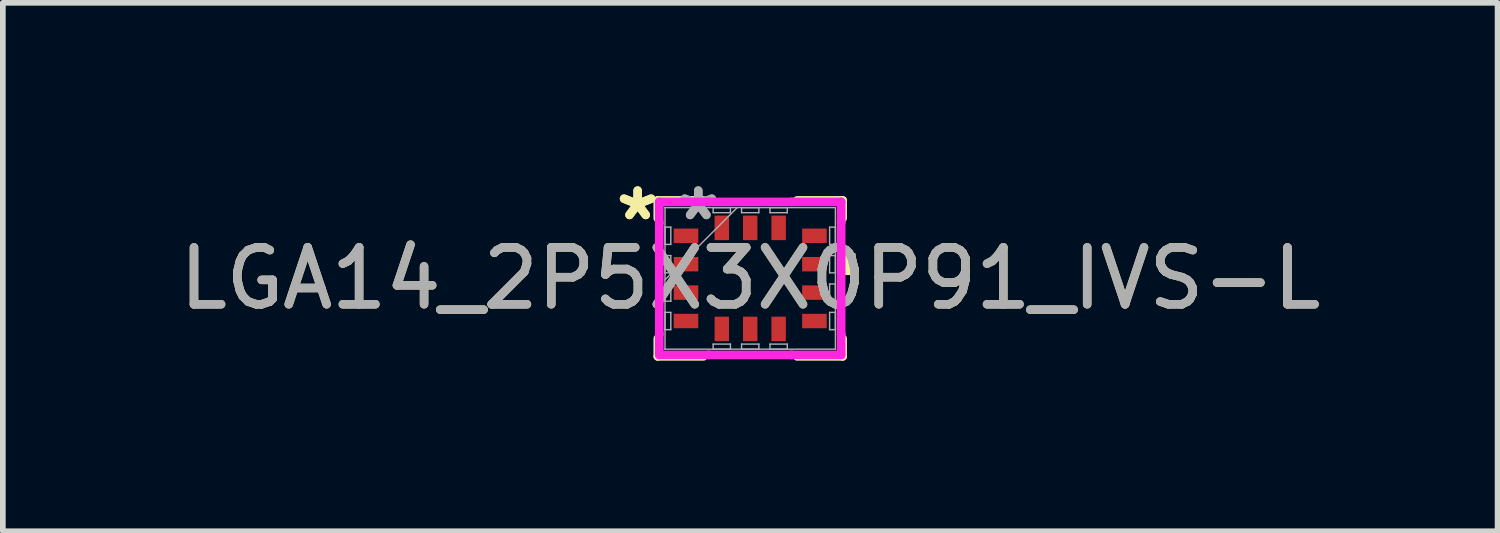
<source format=kicad_pcb>
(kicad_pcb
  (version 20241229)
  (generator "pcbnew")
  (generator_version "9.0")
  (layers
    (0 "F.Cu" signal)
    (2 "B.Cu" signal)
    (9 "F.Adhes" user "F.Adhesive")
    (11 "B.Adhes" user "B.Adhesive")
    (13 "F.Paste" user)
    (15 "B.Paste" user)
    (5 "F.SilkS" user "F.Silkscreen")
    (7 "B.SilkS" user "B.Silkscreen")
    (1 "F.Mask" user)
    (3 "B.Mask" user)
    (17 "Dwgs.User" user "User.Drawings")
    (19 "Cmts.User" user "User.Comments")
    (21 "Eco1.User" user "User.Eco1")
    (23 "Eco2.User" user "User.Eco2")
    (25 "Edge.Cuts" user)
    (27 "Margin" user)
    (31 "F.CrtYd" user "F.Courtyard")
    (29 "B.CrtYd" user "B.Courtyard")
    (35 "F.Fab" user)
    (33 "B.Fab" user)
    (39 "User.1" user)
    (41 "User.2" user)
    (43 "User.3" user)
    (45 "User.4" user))
  (footprint "LGA14_2P5X3X0P91_IVS-L"
    (layer "F.Cu")
    (at 10.149 1.848)
    (property "Reference" "LGA14_2P5X3X0P91_IVS-L" (at 0 0 0) (unlocked yes) (layer "F.SilkS") (effects (font (size 1 1) (thickness 0.15))))
    (attr smd)
    (fp_line (start -1.626 -1.372) (end -1.626 -1.058) (stroke (width 0.152) (type solid)) (layer "F.SilkS"))
    (fp_line (start -1.626 1.058) (end -1.626 1.372) (stroke (width 0.152) (type solid)) (layer "F.SilkS"))
    (fp_line (start -1.626 1.372) (end -0.826 1.372) (stroke (width 0.152) (type solid)) (layer "F.SilkS"))
    (fp_line (start -0.826 -1.372) (end -1.626 -1.372) (stroke (width 0.152) (type solid)) (layer "F.SilkS"))
    (fp_line (start 0.826 1.372) (end 1.626 1.372) (stroke (width 0.152) (type solid)) (layer "F.SilkS"))
    (fp_line (start 1.626 -1.372) (end 0.826 -1.372) (stroke (width 0.152) (type solid)) (layer "F.SilkS"))
    (fp_line (start 1.626 -1.058) (end 1.626 -1.372) (stroke (width 0.152) (type solid)) (layer "F.SilkS"))
    (fp_line (start 1.626 1.372) (end 1.626 1.058) (stroke (width 0.152) (type solid)) (layer "F.SilkS"))
    (fp_poly (pts (xy 1.854 -0.441) (xy 1.854 -0.059) (xy 1.6 -0.059) (xy 1.6 -0.441)) (stroke (width 0) (type solid)) (fill yes) (layer "F.SilkS"))
    (fp_line (start -1.6 -1.346) (end -0.729 -1.346) (stroke (width 0.152) (type solid)) (layer "F.CrtYd"))
    (fp_line (start -1.6 -0.979) (end -1.6 -1.346) (stroke (width 0.152) (type solid)) (layer "F.CrtYd"))
    (fp_line (start -1.6 -0.979) (end -1.6 -0.979) (stroke (width 0.152) (type solid)) (layer "F.CrtYd"))
    (fp_line (start -1.6 0.979) (end -1.6 -0.979) (stroke (width 0.152) (type solid)) (layer "F.CrtYd"))
    (fp_line (start -1.6 0.979) (end -1.6 0.979) (stroke (width 0.152) (type solid)) (layer "F.CrtYd"))
    (fp_line (start -1.6 1.346) (end -1.6 0.979) (stroke (width 0.152) (type solid)) (layer "F.CrtYd"))
    (fp_line (start -0.729 -1.346) (end -0.729 -1.346) (stroke (width 0.152) (type solid)) (layer "F.CrtYd"))
    (fp_line (start -0.729 -1.346) (end 0.729 -1.346) (stroke (width 0.152) (type solid)) (layer "F.CrtYd"))
    (fp_line (start -0.729 1.346) (end -1.6 1.346) (stroke (width 0.152) (type solid)) (layer "F.CrtYd"))
    (fp_line (start -0.729 1.346) (end -0.729 1.346) (stroke (width 0.152) (type solid)) (layer "F.CrtYd"))
    (fp_line (start 0.729 -1.346) (end 0.729 -1.346) (stroke (width 0.152) (type solid)) (layer "F.CrtYd"))
    (fp_line (start 0.729 -1.346) (end 1.6 -1.346) (stroke (width 0.152) (type solid)) (layer "F.CrtYd"))
    (fp_line (start 0.729 1.346) (end -0.729 1.346) (stroke (width 0.152) (type solid)) (layer "F.CrtYd"))
    (fp_line (start 0.729 1.346) (end 0.729 1.346) (stroke (width 0.152) (type solid)) (layer "F.CrtYd"))
    (fp_line (start 1.6 -1.346) (end 1.6 -0.979) (stroke (width 0.152) (type solid)) (layer "F.CrtYd"))
    (fp_line (start 1.6 -0.979) (end 1.6 -0.979) (stroke (width 0.152) (type solid)) (layer "F.CrtYd"))
    (fp_line (start 1.6 -0.979) (end 1.6 0.979) (stroke (width 0.152) (type solid)) (layer "F.CrtYd"))
    (fp_line (start 1.6 0.979) (end 1.6 0.979) (stroke (width 0.152) (type solid)) (layer "F.CrtYd"))
    (fp_line (start 1.6 0.979) (end 1.6 1.346) (stroke (width 0.152) (type solid)) (layer "F.CrtYd"))
    (fp_line (start 1.6 1.346) (end 0.729 1.346) (stroke (width 0.152) (type solid)) (layer "F.CrtYd"))
    (fp_line (start -1.499 -1.245) (end -1.499 -1.245) (stroke (width 0.025) (type solid)) (layer "F.Fab"))
    (fp_line (start -1.499 -1.245) (end -1.499 1.245) (stroke (width 0.025) (type solid)) (layer "F.Fab"))
    (fp_line (start -1.499 -0.902) (end -1.397 -0.902) (stroke (width 0.025) (type solid)) (layer "F.Fab"))
    (fp_line (start -1.499 -0.598) (end -1.499 -0.902) (stroke (width 0.025) (type solid)) (layer "F.Fab"))
    (fp_line (start -1.499 -0.402) (end -1.397 -0.402) (stroke (width 0.025) (type solid)) (layer "F.Fab"))
    (fp_line (start -1.499 -0.098) (end -1.499 -0.402) (stroke (width 0.025) (type solid)) (layer "F.Fab"))
    (fp_line (start -1.499 0.025) (end -0.229 -1.245) (stroke (width 0.025) (type solid)) (layer "F.Fab"))
    (fp_line (start -1.499 0.098) (end -1.397 0.098) (stroke (width 0.025) (type solid)) (layer "F.Fab"))
    (fp_line (start -1.499 0.402) (end -1.499 0.098) (stroke (width 0.025) (type solid)) (layer "F.Fab"))
    (fp_line (start -1.499 0.598) (end -1.397 0.598) (stroke (width 0.025) (type solid)) (layer "F.Fab"))
    (fp_line (start -1.499 0.902) (end -1.499 0.598) (stroke (width 0.025) (type solid)) (layer "F.Fab"))
    (fp_line (start -1.499 1.245) (end -1.499 1.245) (stroke (width 0.025) (type solid)) (layer "F.Fab"))
    (fp_line (start -1.499 1.245) (end 1.499 1.245) (stroke (width 0.025) (type solid)) (layer "F.Fab"))
    (fp_line (start -1.397 -0.902) (end -1.397 -0.598) (stroke (width 0.025) (type solid)) (layer "F.Fab"))
    (fp_line (start -1.397 -0.598) (end -1.499 -0.598) (stroke (width 0.025) (type solid)) (layer "F.Fab"))
    (fp_line (start -1.397 -0.402) (end -1.397 -0.098) (stroke (width 0.025) (type solid)) (layer "F.Fab"))
    (fp_line (start -1.397 -0.098) (end -1.499 -0.098) (stroke (width 0.025) (type solid)) (layer "F.Fab"))
    (fp_line (start -1.397 0.098) (end -1.397 0.402) (stroke (width 0.025) (type solid)) (layer "F.Fab"))
    (fp_line (start -1.397 0.402) (end -1.499 0.402) (stroke (width 0.025) (type solid)) (layer "F.Fab"))
    (fp_line (start -1.397 0.598) (end -1.397 0.902) (stroke (width 0.025) (type solid)) (layer "F.Fab"))
    (fp_line (start -1.397 0.902) (end -1.499 0.902) (stroke (width 0.025) (type solid)) (layer "F.Fab"))
    (fp_line (start -0.652 -1.245) (end -0.348 -1.245) (stroke (width 0.025) (type solid)) (layer "F.Fab"))
    (fp_line (start -0.652 -1.156) (end -0.652 -1.245) (stroke (width 0.025) (type solid)) (layer "F.Fab"))
    (fp_line (start -0.652 1.156) (end -0.348 1.156) (stroke (width 0.025) (type solid)) (layer "F.Fab"))
    (fp_line (start -0.652 1.245) (end -0.652 1.156) (stroke (width 0.025) (type solid)) (layer "F.Fab"))
    (fp_line (start -0.348 -1.245) (end -0.348 -1.156) (stroke (width 0.025) (type solid)) (layer "F.Fab"))
    (fp_line (start -0.348 -1.156) (end -0.652 -1.156) (stroke (width 0.025) (type solid)) (layer "F.Fab"))
    (fp_line (start -0.348 1.156) (end -0.348 1.245) (stroke (width 0.025) (type solid)) (layer "F.Fab"))
    (fp_line (start -0.348 1.245) (end -0.652 1.245) (stroke (width 0.025) (type solid)) (layer "F.Fab"))
    (fp_line (start -0.152 -1.245) (end 0.152 -1.245) (stroke (width 0.025) (type solid)) (layer "F.Fab"))
    (fp_line (start -0.152 -1.156) (end -0.152 -1.245) (stroke (width 0.025) (type solid)) (layer "F.Fab"))
    (fp_line (start -0.152 1.156) (end 0.152 1.156) (stroke (width 0.025) (type solid)) (layer "F.Fab"))
    (fp_line (start -0.152 1.245) (end -0.152 1.156) (stroke (width 0.025) (type solid)) (layer "F.Fab"))
    (fp_line (start 0.152 -1.245) (end 0.152 -1.156) (stroke (width 0.025) (type solid)) (layer "F.Fab"))
    (fp_line (start 0.152 -1.156) (end -0.152 -1.156) (stroke (width 0.025) (type solid)) (layer "F.Fab"))
    (fp_line (start 0.152 1.156) (end 0.152 1.245) (stroke (width 0.025) (type solid)) (layer "F.Fab"))
    (fp_line (start 0.152 1.245) (end -0.152 1.245) (stroke (width 0.025) (type solid)) (layer "F.Fab"))
    (fp_line (start 0.348 -1.245) (end 0.652 -1.245) (stroke (width 0.025) (type solid)) (layer "F.Fab"))
    (fp_line (start 0.348 -1.156) (end 0.348 -1.245) (stroke (width 0.025) (type solid)) (layer "F.Fab"))
    (fp_line (start 0.348 1.156) (end 0.652 1.156) (stroke (width 0.025) (type solid)) (layer "F.Fab"))
    (fp_line (start 0.348 1.245) (end 0.348 1.156) (stroke (width 0.025) (type solid)) (layer "F.Fab"))
    (fp_line (start 0.652 -1.245) (end 0.652 -1.156) (stroke (width 0.025) (type solid)) (layer "F.Fab"))
    (fp_line (start 0.652 -1.156) (end 0.348 -1.156) (stroke (width 0.025) (type solid)) (layer "F.Fab"))
    (fp_line (start 0.652 1.156) (end 0.652 1.245) (stroke (width 0.025) (type solid)) (layer "F.Fab"))
    (fp_line (start 0.652 1.245) (end 0.348 1.245) (stroke (width 0.025) (type solid)) (layer "F.Fab"))
    (fp_line (start 1.397 -0.902) (end 1.499 -0.902) (stroke (width 0.025) (type solid)) (layer "F.Fab"))
    (fp_line (start 1.397 -0.598) (end 1.397 -0.902) (stroke (width 0.025) (type solid)) (layer "F.Fab"))
    (fp_line (start 1.397 -0.402) (end 1.499 -0.402) (stroke (width 0.025) (type solid)) (layer "F.Fab"))
    (fp_line (start 1.397 -0.098) (end 1.397 -0.402) (stroke (width 0.025) (type solid)) (layer "F.Fab"))
    (fp_line (start 1.397 0.098) (end 1.499 0.098) (stroke (width 0.025) (type solid)) (layer "F.Fab"))
    (fp_line (start 1.397 0.402) (end 1.397 0.098) (stroke (width 0.025) (type solid)) (layer "F.Fab"))
    (fp_line (start 1.397 0.598) (end 1.499 0.598) (stroke (width 0.025) (type solid)) (layer "F.Fab"))
    (fp_line (start 1.397 0.902) (end 1.397 0.598) (stroke (width 0.025) (type solid)) (layer "F.Fab"))
    (fp_line (start 1.499 -1.245) (end -1.499 -1.245) (stroke (width 0.025) (type solid)) (layer "F.Fab"))
    (fp_line (start 1.499 -1.245) (end 1.499 -1.245) (stroke (width 0.025) (type solid)) (layer "F.Fab"))
    (fp_line (start 1.499 -0.902) (end 1.499 -0.598) (stroke (width 0.025) (type solid)) (layer "F.Fab"))
    (fp_line (start 1.499 -0.598) (end 1.397 -0.598) (stroke (width 0.025) (type solid)) (layer "F.Fab"))
    (fp_line (start 1.499 -0.402) (end 1.499 -0.098) (stroke (width 0.025) (type solid)) (layer "F.Fab"))
    (fp_line (start 1.499 -0.098) (end 1.397 -0.098) (stroke (width 0.025) (type solid)) (layer "F.Fab"))
    (fp_line (start 1.499 0.098) (end 1.499 0.402) (stroke (width 0.025) (type solid)) (layer "F.Fab"))
    (fp_line (start 1.499 0.402) (end 1.397 0.402) (stroke (width 0.025) (type solid)) (layer "F.Fab"))
    (fp_line (start 1.499 0.598) (end 1.499 0.902) (stroke (width 0.025) (type solid)) (layer "F.Fab"))
    (fp_line (start 1.499 0.902) (end 1.397 0.902) (stroke (width 0.025) (type solid)) (layer "F.Fab"))
    (fp_line (start 1.499 1.245) (end 1.499 -1.245) (stroke (width 0.025) (type solid)) (layer "F.Fab"))
    (fp_line (start 1.499 1.245) (end 1.499 1.245) (stroke (width 0.025) (type solid)) (layer "F.Fab"))
    (fp_text user "*" (at -1.981 -1 0) (layer "F.SilkS") (effects (font (size 1 1) (thickness 0.15))))
    (fp_text user "*" (at -1.981 -1 0) (unlocked yes) (layer "F.SilkS") (effects (font (size 1 1) (thickness 0.15))))
    (fp_text user "${REFERENCE}" (at 0 0 0) (unlocked yes) (layer "F.Fab") (effects (font (size 1 1) (thickness 0.15))))
    (fp_text user "*" (at -0.914 -1 0) (unlocked yes) (layer "F.Fab") (effects (font (size 1 1) (thickness 0.15))))
    (fp_text user "*" (at -0.914 -1 0) (layer "F.Fab") (effects (font (size 1 1) (thickness 0.15))))
    (pad "1" smd rect (at -1.13 -0.75 90) (size 0.254 0.432) (layers "F.Cu" "F.Mask" "F.Paste"))
    (pad "2" smd rect (at -1.13 -0.25 90) (size 0.254 0.432) (layers "F.Cu" "F.Mask" "F.Paste"))
    (pad "3" smd rect (at -1.13 0.25 90) (size 0.254 0.432) (layers "F.Cu" "F.Mask" "F.Paste"))
    (pad "4" smd rect (at -1.13 0.75 90) (size 0.254 0.432) (layers "F.Cu" "F.Mask" "F.Paste"))
    (pad "5" smd rect (at -0.5 0.889) (size 0.254 0.432) (layers "F.Cu" "F.Mask" "F.Paste"))
    (pad "6" smd rect (at 0 0.889) (size 0.254 0.432) (layers "F.Cu" "F.Mask" "F.Paste"))
    (pad "7" smd rect (at 0.5 0.889) (size 0.254 0.432) (layers "F.Cu" "F.Mask" "F.Paste"))
    (pad "8" smd rect (at 1.13 0.75 90) (size 0.254 0.432) (layers "F.Cu" "F.Mask" "F.Paste"))
    (pad "9" smd rect (at 1.13 0.25 90) (size 0.254 0.432) (layers "F.Cu" "F.Mask" "F.Paste"))
    (pad "10" smd rect (at 1.13 -0.25 90) (size 0.254 0.432) (layers "F.Cu" "F.Mask" "F.Paste"))
    (pad "11" smd rect (at 1.13 -0.75 90) (size 0.254 0.432) (layers "F.Cu" "F.Mask" "F.Paste"))
    (pad "12" smd rect (at 0.5 -0.889) (size 0.254 0.432) (layers "F.Cu" "F.Mask" "F.Paste"))
    (pad "13" smd rect (at 0 -0.889) (size 0.254 0.432) (layers "F.Cu" "F.Mask" "F.Paste"))
    (pad "14" smd rect (at -0.5 -0.889) (size 0.254 0.432) (layers "F.Cu" "F.Mask" "F.Paste")))
  (gr_rect
    (start -3 -3)
    (end 23.298 6.296)
    (stroke (width 0.1) (type default))
    (fill no)
    (layer "Edge.Cuts")))
</source>
